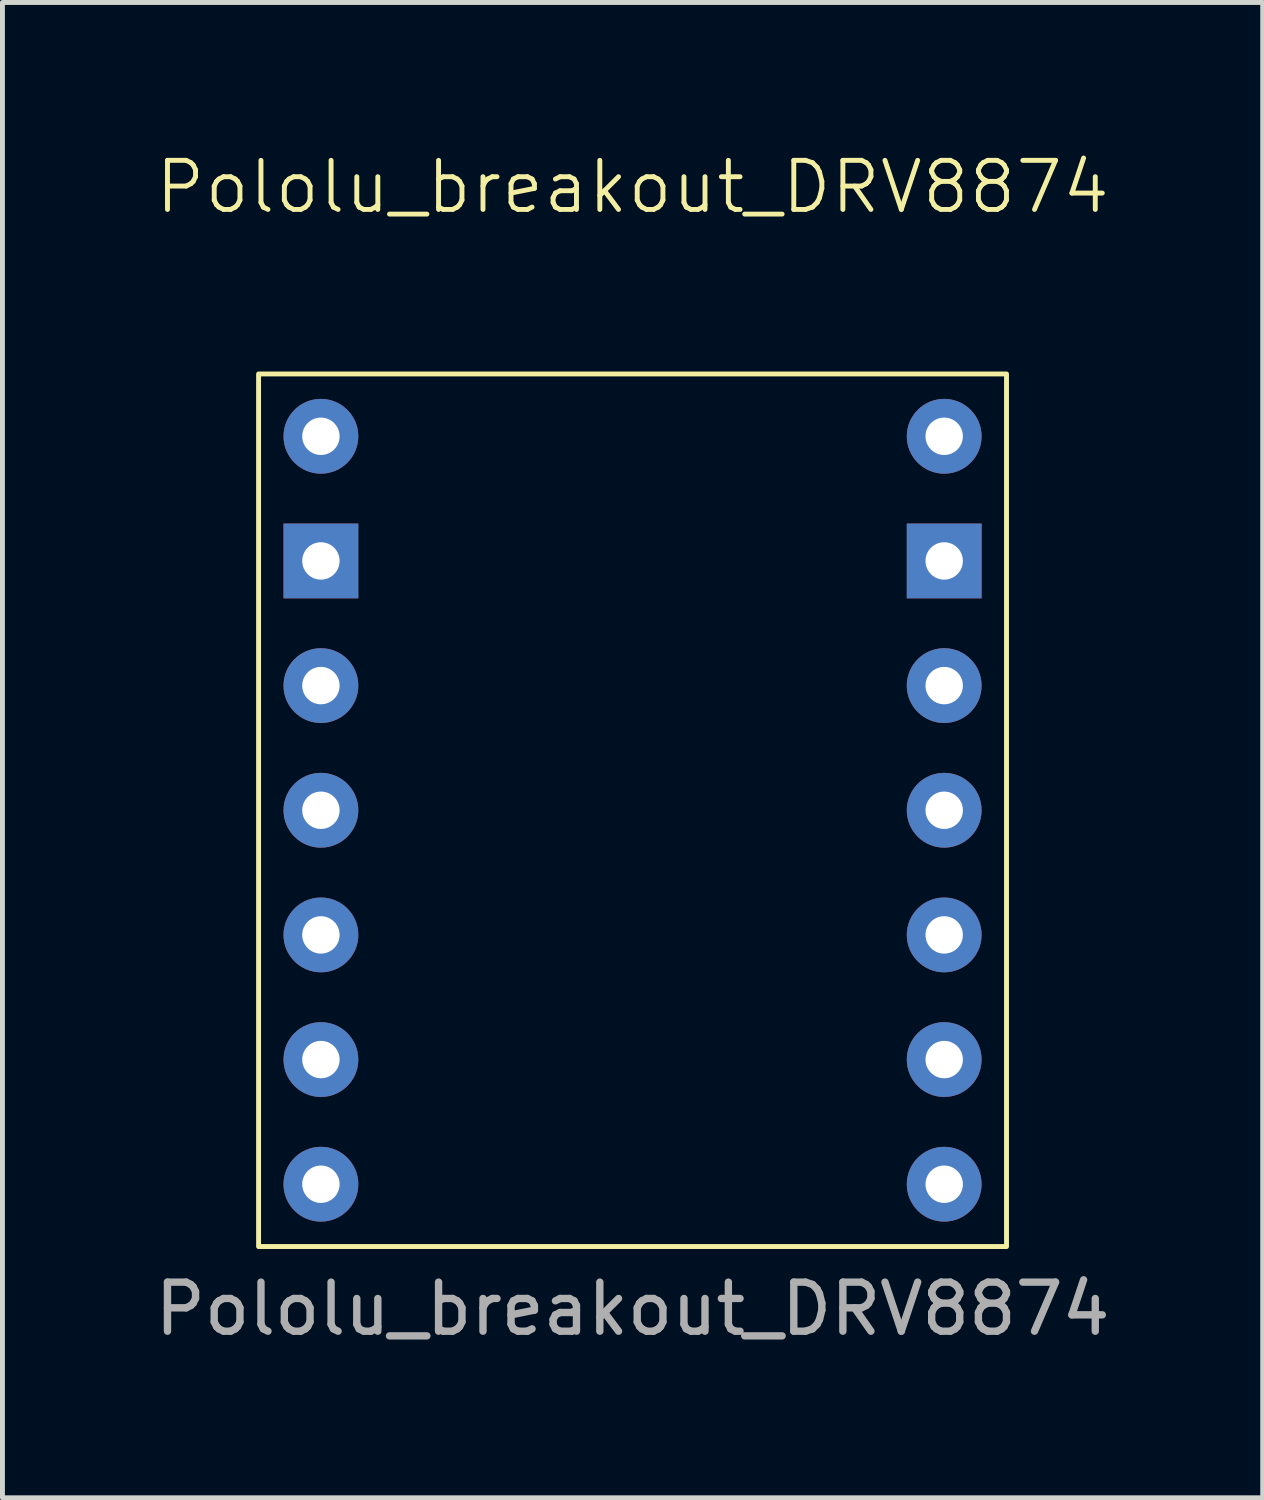
<source format=kicad_pcb>
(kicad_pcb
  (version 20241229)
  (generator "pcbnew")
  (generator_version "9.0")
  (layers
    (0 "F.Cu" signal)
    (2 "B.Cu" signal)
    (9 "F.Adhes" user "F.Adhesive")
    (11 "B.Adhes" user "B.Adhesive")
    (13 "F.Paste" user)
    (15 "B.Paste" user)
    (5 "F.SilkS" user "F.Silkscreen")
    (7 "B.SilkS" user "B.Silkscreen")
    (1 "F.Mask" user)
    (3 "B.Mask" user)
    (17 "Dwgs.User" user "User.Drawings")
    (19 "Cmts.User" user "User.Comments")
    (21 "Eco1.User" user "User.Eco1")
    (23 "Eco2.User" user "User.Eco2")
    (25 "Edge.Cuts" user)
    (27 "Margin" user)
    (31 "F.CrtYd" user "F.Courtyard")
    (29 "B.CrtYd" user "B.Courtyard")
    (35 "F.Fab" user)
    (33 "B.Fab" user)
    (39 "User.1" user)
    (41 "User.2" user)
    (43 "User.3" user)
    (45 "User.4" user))
  (footprint "Pololu_breakout_DRV8874"
    (layer "F.Cu")
    (at 9.839 13.46)
    (property "Reference" "Pololu_breakout_DRV8874" (at 0 -12.7 0) (unlocked yes) (layer "F.SilkS") (effects (font (size 1 1) (thickness 0.1))))
    (attr through_hole)
    (fp_rect (start -7.62 -8.89) (end 7.62 8.89) (stroke (width 0.1) (type default)) (fill no) (layer "F.SilkS"))
    (fp_text user "${REFERENCE}" (at 0 10.16 0) (unlocked yes) (layer "F.Fab") (effects (font (size 1 1) (thickness 0.15))))
    (pad "1" thru_hole circle (at -6.35 -7.62) (size 1.524 1.524) (drill 0.762) (layers "*.Cu" "*.Mask"))
    (pad "2" thru_hole rect (at -6.35 -5.08) (size 1.524 1.524) (drill 0.762) (layers "*.Cu" "*.Mask"))
    (pad "3" thru_hole circle (at -6.35 -2.54) (size 1.524 1.524) (drill 0.762) (layers "*.Cu" "*.Mask"))
    (pad "4" thru_hole circle (at -6.35 0) (size 1.524 1.524) (drill 0.762) (layers "*.Cu" "*.Mask"))
    (pad "5" thru_hole circle (at -6.35 2.54) (size 1.524 1.524) (drill 0.762) (layers "*.Cu" "*.Mask"))
    (pad "6" thru_hole circle (at -6.35 5.08) (size 1.524 1.524) (drill 0.762) (layers "*.Cu" "*.Mask"))
    (pad "7" thru_hole circle (at -6.35 7.62) (size 1.524 1.524) (drill 0.762) (layers "*.Cu" "*.Mask"))
    (pad "8" thru_hole circle (at 6.35 7.62) (size 1.524 1.524) (drill 0.762) (layers "*.Cu" "*.Mask"))
    (pad "9" thru_hole circle (at 6.35 5.08) (size 1.524 1.524) (drill 0.762) (layers "*.Cu" "*.Mask"))
    (pad "10" thru_hole circle (at 6.35 2.54) (size 1.524 1.524) (drill 0.762) (layers "*.Cu" "*.Mask"))
    (pad "11" thru_hole circle (at 6.35 0) (size 1.524 1.524) (drill 0.762) (layers "*.Cu" "*.Mask"))
    (pad "12" thru_hole circle (at 6.35 -2.54) (size 1.524 1.524) (drill 0.762) (layers "*.Cu" "*.Mask"))
    (pad "13" thru_hole rect (at 6.35 -5.08) (size 1.524 1.524) (drill 0.762) (layers "*.Cu" "*.Mask"))
    (pad "14" thru_hole circle (at 6.35 -7.62) (size 1.524 1.524) (drill 0.762) (layers "*.Cu" "*.Mask")))
  (gr_rect
    (start -3 -3)
    (end 22.679 27.469)
    (stroke (width 0.1) (type default))
    (fill no)
    (layer "Edge.Cuts")))
</source>
